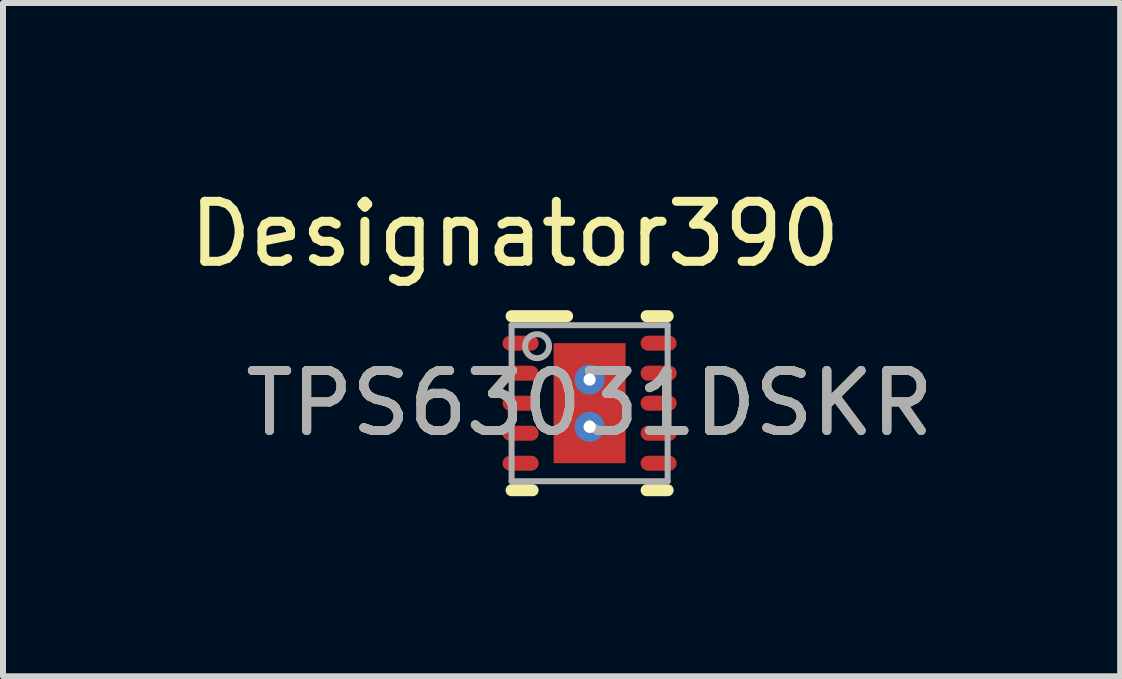
<source format=kicad_pcb>
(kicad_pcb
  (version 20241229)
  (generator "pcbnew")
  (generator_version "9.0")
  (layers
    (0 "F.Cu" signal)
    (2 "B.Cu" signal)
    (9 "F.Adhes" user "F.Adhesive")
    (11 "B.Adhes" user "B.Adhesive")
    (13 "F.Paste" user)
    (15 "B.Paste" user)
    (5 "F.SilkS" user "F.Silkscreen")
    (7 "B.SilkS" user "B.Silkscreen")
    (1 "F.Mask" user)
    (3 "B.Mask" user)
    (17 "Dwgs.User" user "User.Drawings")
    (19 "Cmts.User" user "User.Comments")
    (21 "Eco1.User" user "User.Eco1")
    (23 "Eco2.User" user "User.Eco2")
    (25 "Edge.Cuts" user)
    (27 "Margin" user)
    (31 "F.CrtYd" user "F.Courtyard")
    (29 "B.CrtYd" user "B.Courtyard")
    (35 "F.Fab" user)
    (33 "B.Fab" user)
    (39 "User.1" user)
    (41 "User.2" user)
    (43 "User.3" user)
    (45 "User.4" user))
  (footprint "TPS63031DSKR"
    (layer "F.Cu")
    (at 6.774 3.668)
    (property "Reference" "TPS63031DSKR" (at 0 0 0) (unlocked yes) (layer "F.SilkS") (effects (font (size 1 1) (thickness 0.15))))
    (attr smd)
    (fp_poly (pts (xy -0.663 -0.594) (xy -0.663 -1.064) (xy 0.663 -1.064) (xy 0.663 -0.594)) (stroke (width 0) (type solid)) (fill yes) (layer "F.Mask"))
    (fp_poly (pts (xy -0.663 0.194) (xy -0.663 -0.194) (xy 0.663 -0.194) (xy 0.663 0.194)) (stroke (width 0) (type solid)) (fill yes) (layer "F.Mask"))
    (fp_poly (pts (xy -0.663 1.064) (xy -0.663 -1.064) (xy -0.2 -1.064) (xy -0.2 1.064)) (stroke (width 0) (type solid)) (fill yes) (layer "F.Mask"))
    (fp_poly (pts (xy -0.663 1.064) (xy -0.663 0.594) (xy 0.663 0.594) (xy 0.663 1.064)) (stroke (width 0) (type solid)) (fill yes) (layer "F.Mask"))
    (fp_poly (pts (xy 0.2 1.064) (xy 0.2 -1.064) (xy 0.663 -1.064) (xy 0.663 1.064)) (stroke (width 0) (type solid)) (fill yes) (layer "F.Mask"))
    (fp_line (start -1.3 -1.45) (end -0.375 -1.45) (stroke (width 0.2) (type solid)) (layer "F.SilkS"))
    (fp_line (start -1.3 1.45) (end -0.95 1.45) (stroke (width 0.2) (type solid)) (layer "F.SilkS"))
    (fp_line (start 0.95 -1.45) (end 1.3 -1.45) (stroke (width 0.2) (type solid)) (layer "F.SilkS"))
    (fp_line (start 0.95 1.45) (end 1.3 1.45) (stroke (width 0.2) (type solid)) (layer "F.SilkS"))
    (fp_poly (pts (xy -0.563 0.894) (xy 0.563 0.894) (xy 0.563 -0.895) (xy -0.563 -0.895)) (stroke (width 0) (type solid)) (fill yes) (layer "F.Paste"))
    (fp_line (start -1.3 -1.3) (end 1.3 -1.3) (stroke (width 0.1) (type solid)) (layer "F.Fab"))
    (fp_line (start -1.3 1.3) (end -1.3 -1.3) (stroke (width 0.1) (type solid)) (layer "F.Fab"))
    (fp_line (start -1.3 1.3) (end 1.3 1.3) (stroke (width 0.1) (type solid)) (layer "F.Fab"))
    (fp_line (start 1.3 1.3) (end 1.3 -1.3) (stroke (width 0.1) (type solid)) (layer "F.Fab"))
    (fp_circle (center -0.875 -0.95) (end -0.675 -0.95) (stroke (width 0.1) (type solid)) (fill no) (layer "F.Fab"))
    (fp_text user "Designator390" (at -1.245 -2.819 0) (unlocked yes) (layer "F.SilkS") (effects (font (size 1 1) (thickness 0.15))))
    (fp_text user "${REFERENCE}" (at 0 0 0) (unlocked yes) (layer "F.Fab") (effects (font (size 1 1) (thickness 0.15))))
    (pad "1" smd oval (at -1.15 -1 90) (size 0.25 0.6) (layers "F.Cu" "F.Mask" "F.Paste"))
    (pad "2" smd oval (at -1.15 -0.5 90) (size 0.25 0.6) (layers "F.Cu" "F.Mask" "F.Paste"))
    (pad "3" smd oval (at -1.15 -0.000003 90) (size 0.25 0.6) (layers "F.Cu" "F.Mask" "F.Paste"))
    (pad "4" smd oval (at -1.15 0.5 90) (size 0.25 0.6) (layers "F.Cu" "F.Mask" "F.Paste"))
    (pad "5" smd oval (at -1.15 1 90) (size 0.25 0.6) (layers "F.Cu" "F.Mask" "F.Paste"))
    (pad "6" smd oval (at 1.15 1 90) (size 0.25 0.6) (layers "F.Cu" "F.Mask" "F.Paste"))
    (pad "7" smd oval (at 1.15 0.5 90) (size 0.25 0.6) (layers "F.Cu" "F.Mask" "F.Paste"))
    (pad "8" smd oval (at 1.15 -0.000003 90) (size 0.25 0.6) (layers "F.Cu" "F.Mask" "F.Paste"))
    (pad "9" smd oval (at 1.15 -0.5 90) (size 0.25 0.6) (layers "F.Cu" "F.Mask" "F.Paste"))
    (pad "10" smd oval (at 1.15 -1 90) (size 0.25 0.6) (layers "F.Cu" "F.Mask" "F.Paste"))
    (pad "11" smd rect (at 0 0) (size 1.2 2) (layers "F.Cu" "F.Mask" "F.Paste"))
    (pad "V" thru_hole circle (at 0 -0.394) (size 0.5 0.5) (drill 0.203) (layers "*.Cu" "*.Mask"))
    (pad "V" thru_hole circle (at 0 0.394) (size 0.5 0.5) (drill 0.203) (layers "*.Cu" "*.Mask")))
  (gr_rect
    (start -3 -3)
    (end 15.614 8.218)
    (stroke (width 0.1) (type default))
    (fill no)
    (layer "Edge.Cuts")))
</source>
